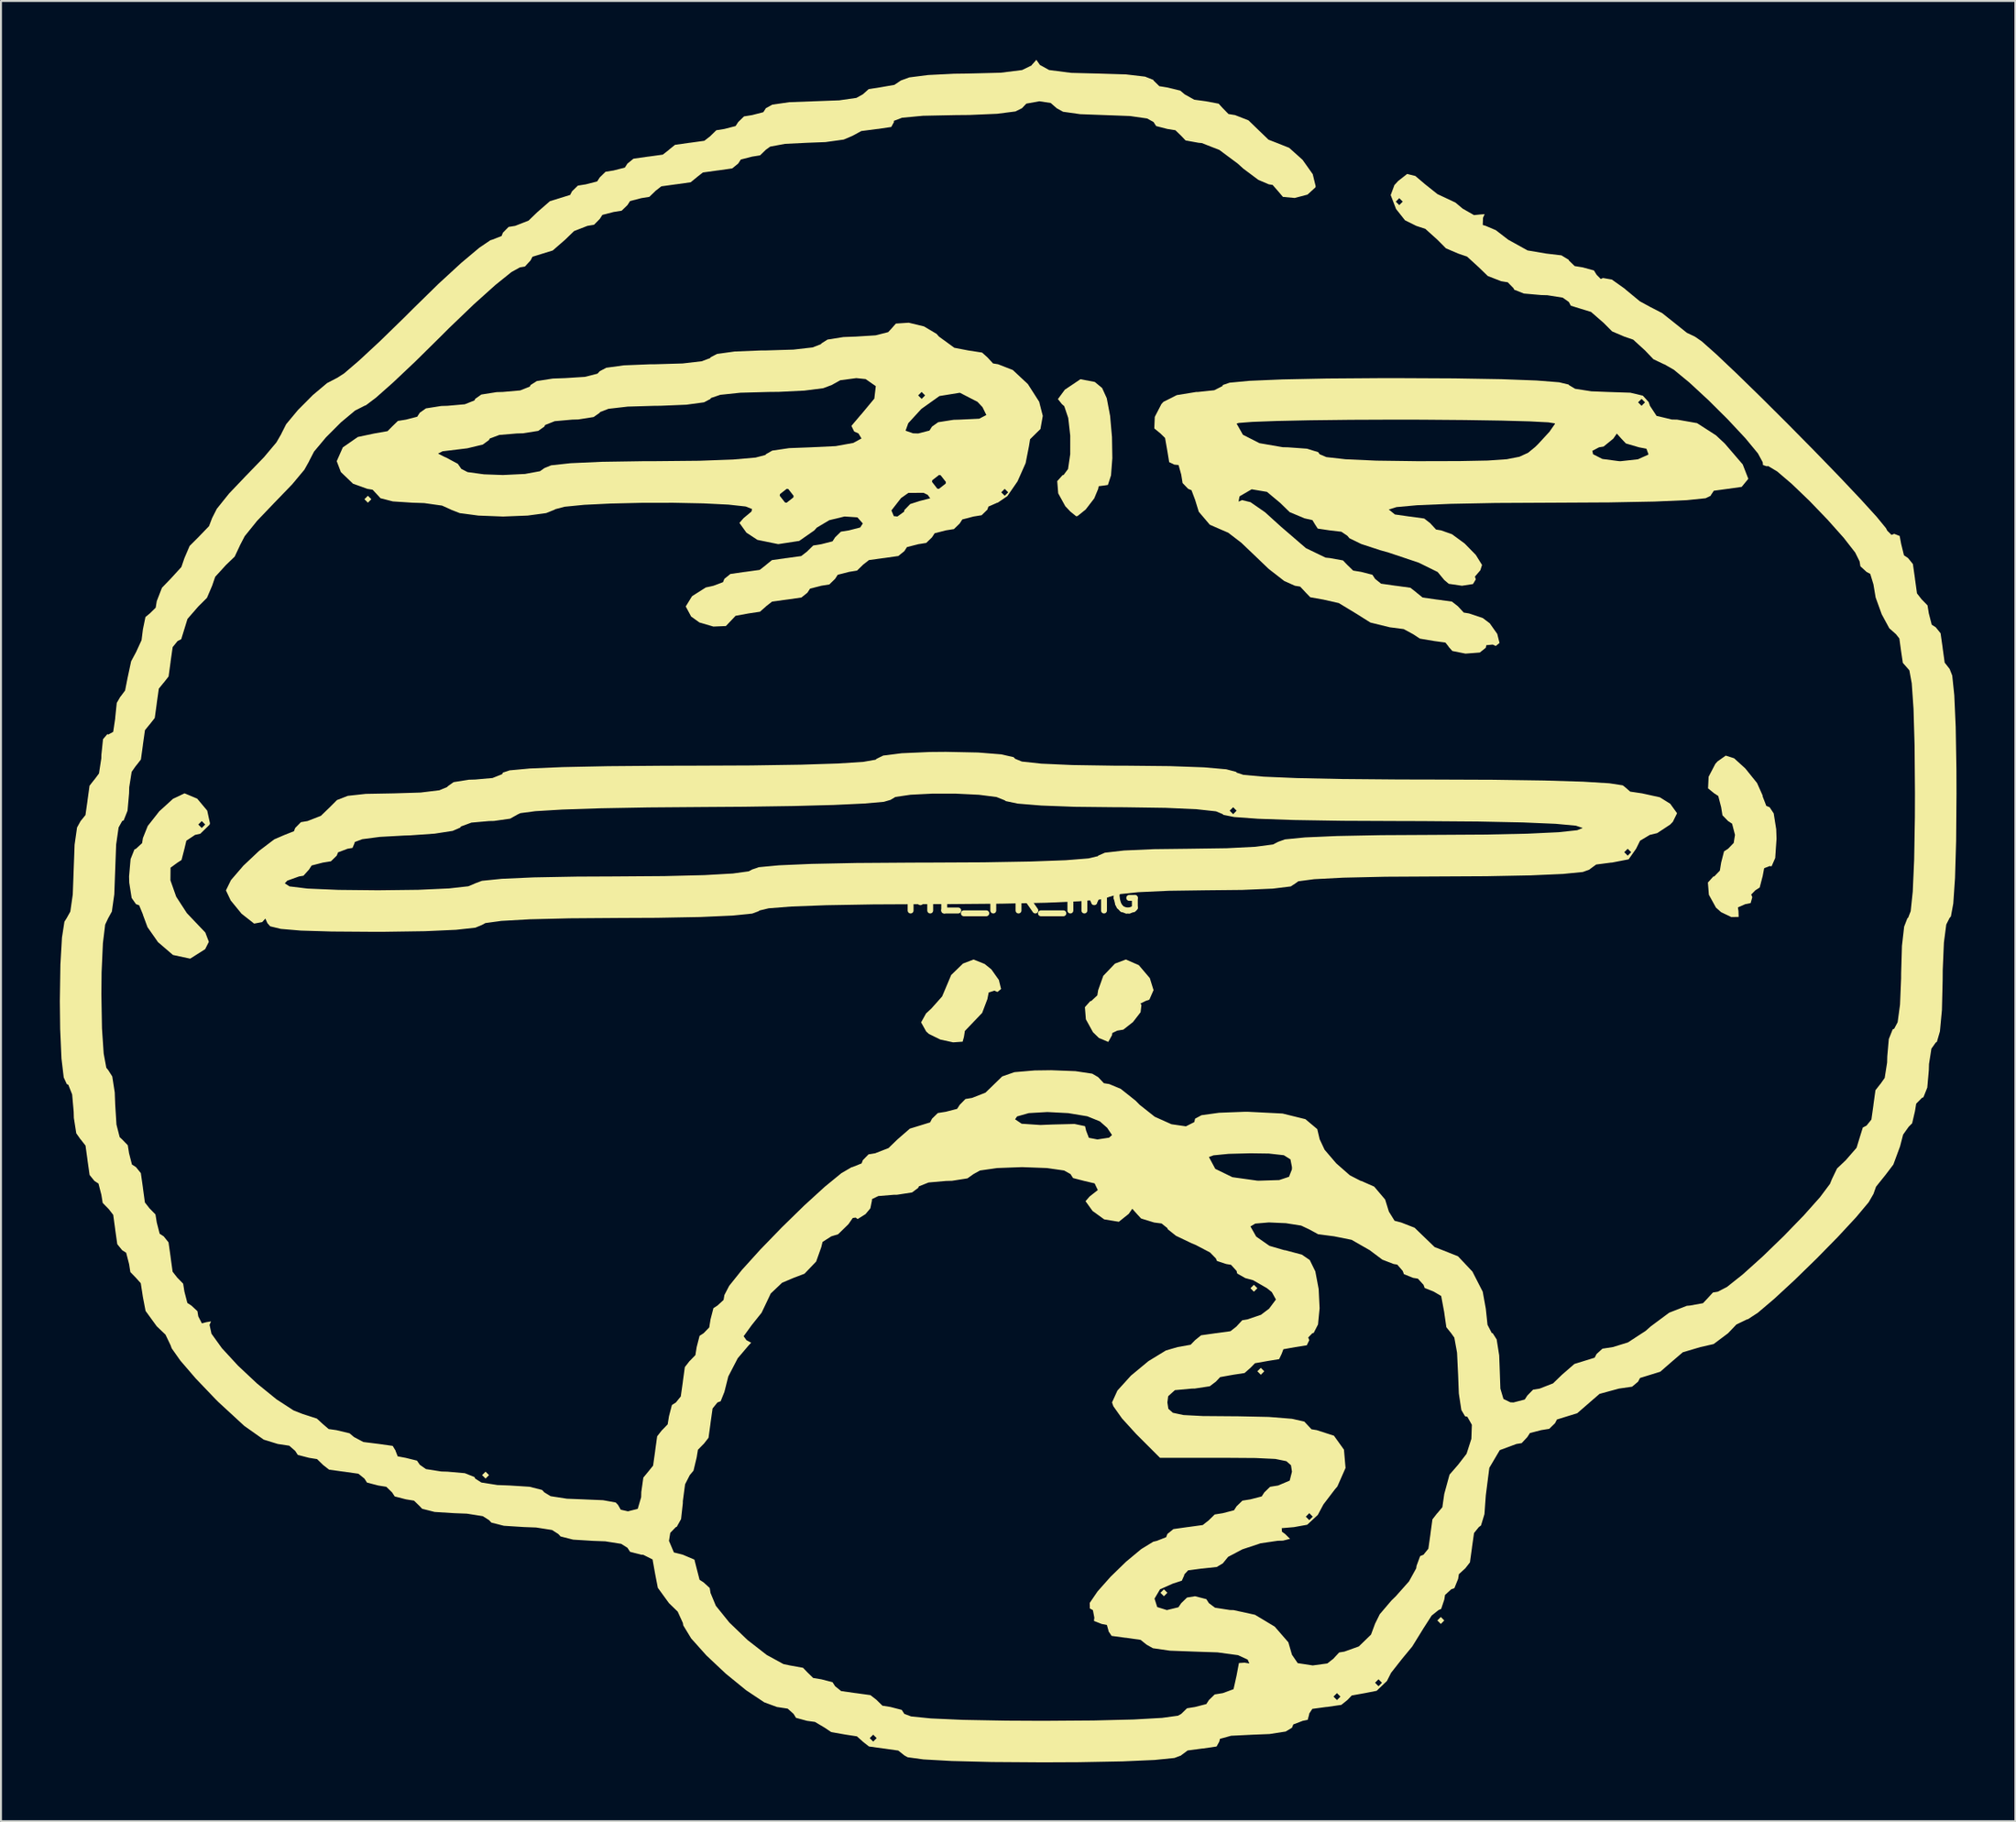
<source format=kicad_pcb>
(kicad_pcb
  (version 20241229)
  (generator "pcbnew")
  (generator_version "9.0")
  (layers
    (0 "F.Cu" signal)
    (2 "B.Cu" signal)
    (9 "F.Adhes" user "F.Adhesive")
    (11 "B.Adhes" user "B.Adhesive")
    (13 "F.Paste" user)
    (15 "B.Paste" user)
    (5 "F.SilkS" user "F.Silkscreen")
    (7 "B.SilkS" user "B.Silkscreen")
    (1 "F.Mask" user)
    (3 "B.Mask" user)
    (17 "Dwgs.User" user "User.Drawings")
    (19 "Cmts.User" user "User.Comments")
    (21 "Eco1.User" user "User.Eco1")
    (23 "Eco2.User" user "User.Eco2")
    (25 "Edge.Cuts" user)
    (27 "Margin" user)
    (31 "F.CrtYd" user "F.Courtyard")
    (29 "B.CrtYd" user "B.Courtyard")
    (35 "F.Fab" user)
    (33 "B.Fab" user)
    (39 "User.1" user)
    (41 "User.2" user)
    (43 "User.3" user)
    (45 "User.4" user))
  (footprint "ME_FR_IMG"
    (layer "F.Cu")
    (at 49.036 42.681)
    (property "Reference" "ME_FR_IMG" (at 0 0 0) (layer "F.SilkS") (effects (font (size 1.5 1.5) (thickness 0.3))))
    (attr board_only exclude_from_pos_files exclude_from_bom)
    (fp_poly (pts (xy -33.161 -20.285) (xy -33.337 -20.108) (xy -33.514 -20.285) (xy -33.337 -20.461)) (stroke (width 0) (type solid)) (fill yes) (layer "F.SilkS"))
    (fp_poly (pts (xy -27.164 29.457) (xy -27.34 29.633) (xy -27.517 29.457) (xy -27.34 29.281)) (stroke (width 0) (type solid)) (fill yes) (layer "F.SilkS"))
    (fp_poly (pts (xy 7.408 35.454) (xy 7.232 35.631) (xy 7.056 35.454) (xy 7.232 35.278)) (stroke (width 0) (type solid)) (fill yes) (layer "F.SilkS"))
    (fp_poly (pts (xy 11.994 19.932) (xy 11.818 20.108) (xy 11.642 19.932) (xy 11.818 19.756)) (stroke (width 0) (type solid)) (fill yes) (layer "F.SilkS"))
    (fp_poly (pts (xy 12.347 24.165) (xy 12.171 24.342) (xy 11.994 24.165) (xy 12.171 23.989)) (stroke (width 0) (type solid)) (fill yes) (layer "F.SilkS"))
    (fp_poly (pts (xy 21.519 36.865) (xy 21.343 37.042) (xy 21.167 36.865) (xy 21.343 36.689)) (stroke (width 0) (type solid)) (fill yes) (layer "F.SilkS"))
    (fp_poly (pts (xy -1.905 3.403) (xy -1.562 3.679) (xy -1.18 4.219) (xy -1.066 4.679) (xy -1.253 4.832) (xy -1.411 4.763) (xy -1.699 4.859) (xy -1.764 5.193) (xy -2.031 5.897) (xy -2.451 6.336) (xy -2.912 6.818) (xy -2.959 7.12) (xy -3.026 7.364) (xy -3.509 7.398) (xy -4.163 7.256) (xy -4.742 6.973) (xy -4.883 6.847) (xy -5.143 6.38) (xy -4.891 5.925) (xy -4.618 5.672) (xy -4.071 5.057) (xy -3.881 4.608) (xy -3.61 3.965) (xy -3.009 3.383) (xy -2.469 3.175)) (stroke (width 0) (type solid)) (fill yes) (layer "F.SilkS"))
    (fp_poly (pts (xy 5.952 3.464) (xy 6.513 4.124) (xy 6.703 4.737) (xy 6.49 5.222) (xy 6.291 5.292) (xy 6.038 5.419) (xy 6.085 5.497) (xy 6.043 5.862) (xy 5.655 6.364) (xy 5.163 6.751) (xy 4.851 6.802) (xy 4.6 6.924) (xy 4.586 7.035) (xy 4.396 7.376) (xy 3.919 7.176) (xy 3.616 6.881) (xy 3.255 6.225) (xy 3.205 5.604) (xy 3.481 5.295) (xy 3.528 5.292) (xy 3.837 5.004) (xy 3.881 4.737) (xy 4.142 4.006) (xy 4.738 3.385) (xy 5.292 3.175)) (stroke (width 0) (type solid)) (fill yes) (layer "F.SilkS"))
    (fp_poly (pts (xy 3.708 -26.263) (xy 4.082 -25.954) (xy 4.319 -25.434) (xy 4.489 -24.537) (xy 4.585 -23.455) (xy 4.603 -22.38) (xy 4.536 -21.503) (xy 4.378 -21.014) (xy 4.233 -20.99) (xy 3.909 -20.948) (xy 3.881 -20.81) (xy 3.68 -20.327) (xy 3.245 -19.762) (xy 2.83 -19.427) (xy 2.759 -19.416) (xy 2.464 -19.655) (xy 2.205 -19.93) (xy 1.844 -20.586) (xy 1.794 -21.207) (xy 2.07 -21.516) (xy 2.117 -21.519) (xy 2.345 -21.825) (xy 2.457 -22.578) (xy 2.458 -23.528) (xy 2.355 -24.428) (xy 2.153 -25.028) (xy 2.032 -25.134) (xy 1.829 -25.389) (xy 2.183 -25.869) (xy 2.977 -26.402)) (stroke (width 0) (type solid)) (fill yes) (layer "F.SilkS"))
    (fp_poly (pts (xy -42.035 -5.022) (xy -41.525 -4.413) (xy -41.385 -3.765) (xy -41.406 -3.695) (xy -41.88 -3.232) (xy -42.146 -3.175) (xy -42.589 -2.88) (xy -42.686 -2.469) (xy -42.834 -1.896) (xy -43.039 -1.764) (xy -43.394 -1.506) (xy -43.4 -0.861) (xy -43.106 -0.025) (xy -42.564 0.81) (xy -42.293 1.096) (xy -41.622 1.8) (xy -41.442 2.273) (xy -41.63 2.649) (xy -42.393 3.132) (xy -43.271 2.945) (xy -44.034 2.29) (xy -44.569 1.526) (xy -44.802 0.896) (xy -44.803 0.879) (xy -44.994 0.412) (xy -45.156 0.353) (xy -45.376 0.04) (xy -45.499 -0.742) (xy -45.508 -1.058) (xy -45.43 -1.942) (xy -45.235 -2.433) (xy -45.156 -2.469) (xy -44.845 -2.756) (xy -44.803 -3.015) (xy -44.556 -3.631) (xy -44.498 -3.704) (xy -41.981 -3.704) (xy -41.804 -3.528) (xy -41.628 -3.704) (xy -41.804 -3.881) (xy -41.981 -3.704) (xy -44.498 -3.704) (xy -43.968 -4.379) (xy -43.269 -5.015) (xy -42.688 -5.291) (xy -42.677 -5.292)) (stroke (width 0) (type solid)) (fill yes) (layer "F.SilkS"))
    (fp_poly (pts (xy 36.293 -7.079) (xy 36.861 -6.563) (xy 37.46 -5.82) (xy 37.744 -5.184) (xy 37.747 -5.131) (xy 37.933 -4.652) (xy 38.1 -4.586) (xy 38.309 -4.271) (xy 38.436 -3.471) (xy 38.453 -2.978) (xy 38.386 -1.997) (xy 38.201 -1.576) (xy 38.1 -1.587) (xy 37.822 -1.479) (xy 37.747 -1.079) (xy 37.595 -0.495) (xy 37.374 -0.353) (xy 37.163 -0.137) (xy 37.218 0) (xy 37.134 0.299) (xy 36.865 0.353) (xy 36.484 0.519) (xy 36.513 0.706) (xy 36.523 1.005) (xy 36.148 1.012) (xy 35.629 0.765) (xy 35.366 0.531) (xy 35.005 -0.125) (xy 34.955 -0.746) (xy 35.231 -1.055) (xy 35.278 -1.058) (xy 35.564 -1.354) (xy 35.631 -1.764) (xy 35.778 -2.337) (xy 35.983 -2.469) (xy 36.27 -2.765) (xy 36.336 -3.175) (xy 36.188 -3.748) (xy 35.983 -3.881) (xy 35.697 -4.176) (xy 35.631 -4.586) (xy 35.483 -5.159) (xy 35.278 -5.292) (xy 34.963 -5.547) (xy 34.991 -6.138) (xy 35.334 -6.796) (xy 35.45 -6.925) (xy 35.864 -7.216)) (stroke (width 0) (type solid)) (fill yes) (layer "F.SilkS"))
    (fp_poly (pts (xy 22.029 -26.444) (xy 24.429 -26.404) (xy 26.22 -26.337) (xy 27.373 -26.246) (xy 27.856 -26.131) (xy 27.869 -26.106) (xy 28.189 -25.914) (xy 29.013 -25.786) (xy 29.843 -25.753) (xy 31.002 -25.715) (xy 31.64 -25.563) (xy 31.937 -25.238) (xy 32.001 -25.047) (xy 32.339 -24.533) (xy 33.113 -24.348) (xy 33.39 -24.342) (xy 34.402 -24.164) (xy 35.366 -23.543) (xy 35.819 -23.119) (xy 36.729 -22.06) (xy 37.015 -21.326) (xy 36.676 -20.914) (xy 35.963 -20.814) (xy 35.257 -20.718) (xy 35.094 -20.473) (xy 35.101 -20.461) (xy 34.837 -20.335) (xy 33.88 -20.237) (xy 32.243 -20.166) (xy 29.94 -20.123) (xy 27.008 -20.108) (xy 24.136 -20.094) (xy 21.836 -20.05) (xy 20.142 -19.98) (xy 19.085 -19.884) (xy 18.698 -19.763) (xy 18.697 -19.756) (xy 19.004 -19.508) (xy 19.742 -19.403) (xy 19.756 -19.403) (xy 20.499 -19.301) (xy 20.814 -19.054) (xy 20.814 -19.05) (xy 21.101 -18.74) (xy 21.359 -18.697) (xy 21.913 -18.501) (xy 22.558 -18.028) (xy 23.125 -17.449) (xy 23.444 -16.936) (xy 23.359 -16.665) (xy 23.082 -16.342) (xy 23.126 -16.198) (xy 22.982 -15.961) (xy 22.422 -15.875) (xy 21.749 -15.973) (xy 21.519 -16.168) (xy 21.182 -16.576) (xy 20.215 -17.052) (xy 18.688 -17.564) (xy 18.256 -17.686) (xy 17.29 -18.002) (xy 16.685 -18.297) (xy 16.581 -18.421) (xy 16.278 -18.627) (xy 15.678 -18.697) (xy 15.071 -18.788) (xy 14.948 -18.977) (xy 14.801 -19.22) (xy 14.398 -19.311) (xy 13.64 -19.628) (xy 13.167 -20.09) (xy 12.484 -20.66) (xy 11.704 -20.792) (xy 11.103 -20.443) (xy 11.079 -20.407) (xy 11.037 -20.164) (xy 11.216 -20.24) (xy 11.646 -20.134) (xy 12.386 -19.621) (xy 13.201 -18.883) (xy 14.468 -17.792) (xy 15.469 -17.309) (xy 15.689 -17.286) (xy 16.357 -17.166) (xy 16.581 -16.933) (xy 16.876 -16.647) (xy 17.286 -16.581) (xy 17.859 -16.433) (xy 17.992 -16.228) (xy 18.298 -15.98) (xy 19.037 -15.875) (xy 19.05 -15.875) (xy 19.793 -15.773) (xy 20.108 -15.527) (xy 20.108 -15.522) (xy 20.415 -15.275) (xy 21.154 -15.169) (xy 21.167 -15.169) (xy 21.91 -15.067) (xy 22.225 -14.821) (xy 22.225 -14.817) (xy 22.512 -14.508) (xy 22.779 -14.464) (xy 23.482 -14.229) (xy 23.838 -13.96) (xy 24.22 -13.419) (xy 24.334 -12.96) (xy 24.147 -12.806) (xy 23.989 -12.876) (xy 23.664 -12.845) (xy 23.636 -12.715) (xy 23.333 -12.471) (xy 22.603 -12.415) (xy 22.602 -12.415) (xy 21.929 -12.55) (xy 21.738 -12.767) (xy 21.741 -12.773) (xy 21.578 -12.98) (xy 21.032 -13.053) (xy 20.277 -13.18) (xy 19.932 -13.406) (xy 19.452 -13.666) (xy 18.743 -13.758) (xy 17.756 -13.999) (xy 17.015 -14.464) (xy 16.146 -14.991) (xy 15.361 -15.169) (xy 14.691 -15.288) (xy 14.464 -15.522) (xy 14.176 -15.831) (xy 13.907 -15.875) (xy 13.367 -16.115) (xy 12.572 -16.732) (xy 11.994 -17.286) (xy 11.176 -18.067) (xy 10.508 -18.579) (xy 10.233 -18.697) (xy 9.57 -18.986) (xy 9.008 -19.647) (xy 8.819 -20.26) (xy 8.637 -20.745) (xy 8.467 -20.814) (xy 8.183 -21.11) (xy 8.114 -21.54) (xy 7.978 -22.028) (xy 7.761 -22.049) (xy 7.5 -22.174) (xy 7.408 -22.733) (xy 7.29 -23.406) (xy 7.056 -23.636) (xy 6.742 -23.893) (xy 6.752 -24.14) (xy 10.936 -24.14) (xy 11.258 -23.571) (xy 12.101 -23.142) (xy 13.287 -22.937) (xy 13.557 -22.931) (xy 14.512 -22.862) (xy 15.091 -22.687) (xy 15.169 -22.578) (xy 15.511 -22.432) (xy 16.495 -22.322) (xy 18.059 -22.252) (xy 20.138 -22.225) (xy 20.301 -22.225) (xy 22.307 -22.23) (xy 23.733 -22.257) (xy 24.705 -22.324) (xy 25.348 -22.449) (xy 25.788 -22.651) (xy 25.912 -22.752) (xy 29.065 -22.752) (xy 29.104 -22.578) (xy 29.574 -22.338) (xy 30.426 -22.226) (xy 30.515 -22.225) (xy 31.387 -22.32) (xy 31.907 -22.552) (xy 31.926 -22.578) (xy 31.822 -22.859) (xy 31.447 -22.931) (xy 30.775 -23.128) (xy 30.545 -23.372) (xy 30.313 -23.631) (xy 30.133 -23.372) (xy 29.639 -22.97) (xy 29.407 -22.931) (xy 29.065 -22.752) (xy 25.912 -22.752) (xy 26.151 -22.947) (xy 26.298 -23.091) (xy 26.878 -23.721) (xy 27.159 -24.124) (xy 27.164 -24.149) (xy 26.828 -24.204) (xy 25.884 -24.253) (xy 24.432 -24.293) (xy 22.57 -24.322) (xy 20.396 -24.339) (xy 19.05 -24.342) (xy 16.742 -24.333) (xy 14.69 -24.31) (xy 12.991 -24.274) (xy 11.744 -24.228) (xy 11.049 -24.174) (xy 10.936 -24.14) (xy 6.752 -24.14) (xy 6.766 -24.483) (xy 7.103 -25.134) (xy 7.184 -25.224) (xy 31.397 -25.224) (xy 31.574 -25.047) (xy 31.75 -25.224) (xy 31.574 -25.4) (xy 31.397 -25.224) (xy 7.184 -25.224) (xy 7.207 -25.249) (xy 7.887 -25.591) (xy 8.87 -25.751) (xy 8.971 -25.753) (xy 9.797 -25.84) (xy 10.217 -26.054) (xy 10.231 -26.106) (xy 10.578 -26.225) (xy 11.601 -26.321) (xy 13.268 -26.392) (xy 15.551 -26.438) (xy 18.418 -26.458) (xy 19.05 -26.458)) (stroke (width 0) (type solid)) (fill yes) (layer "F.SilkS"))
    (fp_poly (pts (xy -2.242 -7.375) (xy -1.057 -7.281) (xy -0.428 -7.137) (xy -0.353 -7.056) (xy -0.01 -6.915) (xy 0.983 -6.807) (xy 2.57 -6.736) (xy 4.696 -6.704) (xy 5.292 -6.703) (xy 7.541 -6.681) (xy 9.265 -6.619) (xy 10.408 -6.52) (xy 10.915 -6.387) (xy 10.936 -6.35) (xy 11.284 -6.236) (xy 12.312 -6.143) (xy 13.994 -6.072) (xy 16.304 -6.024) (xy 19.216 -6) (xy 20.814 -5.997) (xy 24.005 -5.985) (xy 26.606 -5.948) (xy 28.591 -5.888) (xy 29.935 -5.806) (xy 30.611 -5.702) (xy 30.692 -5.644) (xy 30.994 -5.382) (xy 31.599 -5.292) (xy 32.506 -5.092) (xy 33.035 -4.763) (xy 33.384 -4.28) (xy 33.168 -3.842) (xy 33.035 -3.704) (xy 32.372 -3.266) (xy 31.993 -3.175) (xy 31.498 -2.879) (xy 31.295 -2.469) (xy 30.915 -1.93) (xy 30.06 -1.764) (xy 30.019 -1.764) (xy 29.262 -1.665) (xy 28.929 -1.424) (xy 28.928 -1.411) (xy 28.581 -1.285) (xy 27.567 -1.185) (xy 25.921 -1.113) (xy 23.681 -1.07) (xy 21.322 -1.058) (xy 18.522 -1.043) (xy 16.372 -0.995) (xy 14.887 -0.918) (xy 14.081 -0.811) (xy 13.935 -0.706) (xy 13.697 -0.549) (xy 12.782 -0.437) (xy 11.217 -0.371) (xy 9.39 -0.353) (xy 7.474 -0.327) (xy 5.934 -0.256) (xy 4.879 -0.147) (xy 4.416 -0.008) (xy 4.41 0) (xy 3.988 0.116) (xy 2.908 0.21) (xy 1.22 0.283) (xy -1.03 0.33) (xy -3.792 0.352) (xy -4.607 0.353) (xy -7.581 0.367) (xy -9.977 0.408) (xy -11.765 0.475) (xy -12.913 0.566) (xy -13.393 0.681) (xy -13.406 0.706) (xy -13.751 0.835) (xy -14.761 0.937) (xy -16.394 1.01) (xy -18.609 1.05) (xy -20.461 1.058) (xy -23.055 1.076) (xy -25.095 1.126) (xy -26.541 1.208) (xy -27.35 1.319) (xy -27.517 1.411) (xy -27.86 1.553) (xy -28.85 1.662) (xy -30.429 1.733) (xy -32.54 1.763) (xy -32.985 1.764) (xy -35.185 1.749) (xy -36.757 1.702) (xy -37.775 1.615) (xy -38.317 1.483) (xy -38.458 1.323) (xy -38.562 1.089) (xy -38.723 1.269) (xy -39.134 1.346) (xy -39.776 0.841) (xy -40.329 0.164) (xy -40.569 -0.342) (xy -40.569 -0.352) (xy -40.396 -0.706) (xy -37.571 -0.706) (xy -37.331 -0.551) (xy -36.412 -0.44) (xy -34.841 -0.373) (xy -32.829 -0.353) (xy -30.763 -0.377) (xy -29.204 -0.447) (xy -28.217 -0.557) (xy -27.869 -0.704) (xy -27.869 -0.706) (xy -27.524 -0.835) (xy -26.514 -0.937) (xy -24.881 -1.01) (xy -22.666 -1.05) (xy -20.814 -1.058) (xy -18.22 -1.076) (xy -16.18 -1.126) (xy -14.734 -1.208) (xy -13.925 -1.319) (xy -13.758 -1.411) (xy -13.411 -1.53) (xy -12.388 -1.626) (xy -10.721 -1.698) (xy -8.438 -1.744) (xy -5.571 -1.763) (xy -4.939 -1.764) (xy -1.96 -1.778) (xy 0.44 -1.819) (xy 2.231 -1.885) (xy 3.384 -1.977) (xy 3.867 -2.091) (xy 3.881 -2.117) (xy 4.221 -2.268) (xy 4.441 -2.293) (xy 30.692 -2.293) (xy 30.868 -2.117) (xy 31.044 -2.293) (xy 30.868 -2.469) (xy 30.692 -2.293) (xy 4.441 -2.293) (xy 5.193 -2.38) (xy 6.725 -2.449) (xy 8.467 -2.469) (xy 10.428 -2.496) (xy 11.894 -2.57) (xy 12.791 -2.688) (xy 13.053 -2.822) (xy 13.399 -2.947) (xy 14.415 -3.047) (xy 16.064 -3.119) (xy 18.31 -3.162) (xy 20.814 -3.175) (xy 23.567 -3.191) (xy 25.755 -3.237) (xy 27.343 -3.312) (xy 28.294 -3.414) (xy 28.575 -3.528) (xy 28.227 -3.645) (xy 27.203 -3.74) (xy 25.53 -3.811) (xy 23.238 -3.858) (xy 20.354 -3.879) (xy 19.403 -3.881) (xy 16.352 -3.894) (xy 13.884 -3.933) (xy 12.027 -3.998) (xy 10.81 -4.086) (xy 10.261 -4.197) (xy 10.231 -4.233) (xy 9.888 -4.376) (xy 9.577 -4.41) (xy 10.583 -4.41) (xy 10.76 -4.233) (xy 10.936 -4.41) (xy 10.76 -4.586) (xy 10.583 -4.41) (xy 9.577 -4.41) (xy 8.898 -4.484) (xy 7.32 -4.555) (xy 5.21 -4.585) (xy 4.783 -4.586) (xy 2.679 -4.608) (xy 0.981 -4.672) (xy -0.218 -4.77) (xy -0.829 -4.898) (xy -0.882 -4.939) (xy -1.303 -5.107) (xy -2.193 -5.22) (xy -3.353 -5.277) (xy -4.582 -5.278) (xy -5.682 -5.222) (xy -6.454 -5.109) (xy -6.703 -4.96) (xy -7.045 -4.861) (xy -8.027 -4.775) (xy -9.585 -4.702) (xy -11.654 -4.647) (xy -14.169 -4.611) (xy -16.14 -4.598) (xy -19.046 -4.576) (xy -21.496 -4.532) (xy -23.436 -4.467) (xy -24.81 -4.384) (xy -25.563 -4.285) (xy -25.694 -4.224) (xy -26.087 -4.003) (xy -26.916 -3.886) (xy -27.164 -3.881) (xy -28.06 -3.802) (xy -28.59 -3.607) (xy -28.634 -3.547) (xy -29.017 -3.38) (xy -29.926 -3.24) (xy -31.18 -3.152) (xy -31.475 -3.143) (xy -32.729 -3.074) (xy -33.627 -2.956) (xy -34.013 -2.81) (xy -34.011 -2.771) (xy -34.121 -2.512) (xy -34.375 -2.469) (xy -34.858 -2.285) (xy -34.925 -2.117) (xy -35.22 -1.83) (xy -35.631 -1.764) (xy -36.204 -1.616) (xy -36.336 -1.411) (xy -36.62 -1.095) (xy -36.844 -1.058) (xy -37.445 -0.843) (xy -37.571 -0.706) (xy -40.396 -0.706) (xy -40.314 -0.872) (xy -39.684 -1.605) (xy -38.882 -2.361) (xy -38.11 -2.948) (xy -37.583 -3.175) (xy -37.106 -3.362) (xy -37.042 -3.528) (xy -36.75 -3.825) (xy -36.414 -3.881) (xy -35.732 -4.147) (xy -35.278 -4.586) (xy -34.913 -4.952) (xy -34.359 -5.166) (xy -33.442 -5.267) (xy -32.025 -5.292) (xy -30.655 -5.334) (xy -29.697 -5.449) (xy -29.286 -5.619) (xy -29.281 -5.644) (xy -28.968 -5.865) (xy -28.186 -5.988) (xy -27.869 -5.997) (xy -26.986 -6.075) (xy -26.494 -6.271) (xy -26.458 -6.35) (xy -26.11 -6.466) (xy -25.084 -6.56) (xy -23.407 -6.631) (xy -21.105 -6.678) (xy -18.207 -6.701) (xy -16.933 -6.703) (xy -13.812 -6.716) (xy -11.277 -6.754) (xy -9.355 -6.816) (xy -8.074 -6.901) (xy -7.461 -7.008) (xy -7.408 -7.056) (xy -7.073 -7.219) (xy -6.135 -7.338) (xy -4.695 -7.401) (xy -3.881 -7.408)) (stroke (width 0) (type solid)) (fill yes) (layer "F.SilkS"))
    (fp_poly (pts (xy -4.996 -29.094) (xy -4.354 -28.713) (xy -4.233 -28.575) (xy -3.45 -28.005) (xy -2.744 -27.869) (xy -2.036 -27.76) (xy -1.764 -27.517) (xy -1.477 -27.206) (xy -1.219 -27.164) (xy -0.469 -26.871) (xy 0.299 -26.153) (xy 0.875 -25.253) (xy 1.058 -24.534) (xy 0.94 -23.863) (xy 0.706 -23.636) (xy 0.411 -23.343) (xy 0.353 -22.985) (xy 0.184 -22.125) (xy -0.229 -21.195) (xy -0.749 -20.441) (xy -1.237 -20.109) (xy -1.261 -20.108) (xy -1.713 -19.909) (xy -1.764 -19.756) (xy -2.059 -19.469) (xy -2.469 -19.403) (xy -3.043 -19.255) (xy -3.175 -19.05) (xy -3.47 -18.763) (xy -3.881 -18.697) (xy -4.454 -18.549) (xy -4.586 -18.344) (xy -4.882 -18.058) (xy -5.292 -17.992) (xy -5.865 -17.844) (xy -5.997 -17.639) (xy -6.304 -17.391) (xy -7.042 -17.286) (xy -7.056 -17.286) (xy -7.799 -17.184) (xy -8.114 -16.938) (xy -8.114 -16.933) (xy -8.409 -16.647) (xy -8.819 -16.581) (xy -9.393 -16.433) (xy -9.525 -16.228) (xy -9.82 -15.941) (xy -10.231 -15.875) (xy -10.804 -15.727) (xy -10.936 -15.522) (xy -11.243 -15.275) (xy -11.981 -15.169) (xy -11.994 -15.169) (xy -12.738 -15.067) (xy -13.053 -14.821) (xy -13.053 -14.817) (xy -13.355 -14.551) (xy -13.935 -14.464) (xy -14.598 -14.343) (xy -14.817 -14.111) (xy -15.091 -13.822) (xy -15.727 -13.795) (xy -16.439 -14.002) (xy -16.864 -14.307) (xy -17.138 -14.819) (xy -16.828 -15.325) (xy -16.802 -15.352) (xy -16.117 -15.787) (xy -15.724 -15.875) (xy -15.238 -16.058) (xy -15.169 -16.228) (xy -14.863 -16.475) (xy -14.124 -16.581) (xy -14.111 -16.581) (xy -13.368 -16.683) (xy -13.053 -16.929) (xy -13.053 -16.933) (xy -12.746 -17.181) (xy -12.008 -17.286) (xy -11.994 -17.286) (xy -11.251 -17.388) (xy -10.936 -17.634) (xy -10.936 -17.639) (xy -10.641 -17.926) (xy -10.231 -17.992) (xy -9.657 -18.139) (xy -9.525 -18.344) (xy -9.23 -18.631) (xy -8.819 -18.697) (xy -8.246 -18.845) (xy -8.114 -19.05) (xy -8.389 -19.361) (xy -9.044 -19.404) (xy -9.821 -19.217) (xy -10.462 -18.835) (xy -10.583 -18.697) (xy -11.354 -18.16) (xy -12.424 -17.996) (xy -13.487 -18.214) (xy -14.045 -18.581) (xy -14.402 -19.077) (xy -14.196 -19.316) (xy -13.788 -19.657) (xy -13.775 -19.714) (xy -6.656 -19.714) (xy -6.534 -19.423) (xy -6.35 -19.403) (xy -6.007 -19.653) (xy -5.997 -19.731) (xy -5.698 -20.04) (xy -5.203 -20.198) (xy -4.679 -20.333) (xy -4.808 -20.509) (xy -5.018 -20.61) (xy -5.79 -20.608) (xy -6.165 -20.344) (xy -6.656 -19.714) (xy -13.775 -19.714) (xy -13.758 -19.785) (xy -14.085 -19.915) (xy -14.965 -20.011) (xy -16.244 -20.074) (xy -17.772 -20.104) (xy -19.395 -20.101) (xy -20.961 -20.066) (xy -22.318 -20) (xy -23.314 -19.902) (xy -23.796 -19.774) (xy -23.812 -19.756) (xy -24.251 -19.579) (xy -25.192 -19.452) (xy -26.434 -19.403) (xy -26.458 -19.403) (xy -27.704 -19.451) (xy -28.653 -19.576) (xy -29.102 -19.752) (xy -29.104 -19.756) (xy -29.556 -19.96) (xy -30.464 -20.088) (xy -31.065 -20.108) (xy -32.065 -20.173) (xy -32.695 -20.336) (xy -32.808 -20.461) (xy -12.347 -20.461) (xy -12.079 -20.119) (xy -11.994 -20.108) (xy -11.652 -20.377) (xy -11.642 -20.461) (xy -11.78 -20.637) (xy -1.058 -20.637) (xy -0.882 -20.461) (xy -0.706 -20.637) (xy -0.882 -20.814) (xy -1.058 -20.637) (xy -11.78 -20.637) (xy -11.91 -20.804) (xy -11.994 -20.814) (xy -12.337 -20.545) (xy -12.347 -20.461) (xy -32.808 -20.461) (xy -33.096 -20.77) (xy -33.363 -20.814) (xy -34.094 -21.075) (xy -34.189 -21.167) (xy -4.586 -21.167) (xy -4.318 -20.824) (xy -4.233 -20.814) (xy -3.891 -21.082) (xy -3.881 -21.167) (xy -4.149 -21.509) (xy -4.233 -21.519) (xy -4.576 -21.251) (xy -4.586 -21.167) (xy -34.189 -21.167) (xy -34.715 -21.671) (xy -34.925 -22.225) (xy -34.754 -22.612) (xy -29.761 -22.612) (xy -29.427 -22.44) (xy -29.369 -22.419) (xy -28.755 -22.091) (xy -28.575 -21.831) (xy -28.255 -21.667) (xy -27.422 -21.554) (xy -26.458 -21.519) (xy -25.331 -21.573) (xy -24.566 -21.713) (xy -24.342 -21.872) (xy -23.998 -22.013) (xy -23.006 -22.121) (xy -21.419 -22.192) (xy -19.293 -22.224) (xy -18.697 -22.225) (xy -16.448 -22.246) (xy -14.724 -22.309) (xy -13.581 -22.408) (xy -13.074 -22.541) (xy -13.053 -22.578) (xy -12.729 -22.763) (xy -11.873 -22.889) (xy -10.781 -22.931) (xy -9.498 -22.992) (xy -8.6 -23.154) (xy -8.181 -23.382) (xy -8.337 -23.641) (xy -8.553 -23.735) (xy -8.574 -23.778) (xy -5.935 -23.778) (xy -5.555 -23.644) (xy -5.292 -23.636) (xy -4.718 -23.784) (xy -4.586 -23.989) (xy -4.273 -24.21) (xy -3.491 -24.333) (xy -3.175 -24.342) (xy -2.181 -24.389) (xy -1.818 -24.577) (xy -2.014 -24.979) (xy -2.268 -25.249) (xy -3.168 -25.712) (xy -4.209 -25.544) (xy -5.131 -24.887) (xy -5.798 -24.159) (xy -5.935 -23.778) (xy -8.574 -23.778) (xy -8.695 -24.024) (xy -8.214 -24.59) (xy -8.202 -24.6) (xy -7.526 -25.415) (xy -7.507 -25.576) (xy -5.292 -25.576) (xy -5.115 -25.4) (xy -4.939 -25.576) (xy -5.115 -25.753) (xy -5.292 -25.576) (xy -7.507 -25.576) (xy -7.452 -26.048) (xy -7.971 -26.409) (xy -8.446 -26.458) (xy -9.261 -26.35) (xy -9.701 -26.106) (xy -10.132 -25.944) (xy -11.089 -25.822) (xy -12.393 -25.758) (xy -12.897 -25.753) (xy -14.35 -25.714) (xy -15.378 -25.606) (xy -15.856 -25.444) (xy -15.875 -25.4) (xy -16.205 -25.225) (xy -17.106 -25.103) (xy -18.445 -25.048) (xy -18.697 -25.047) (xy -20.095 -25.006) (xy -21.077 -24.893) (xy -21.51 -24.726) (xy -21.519 -24.694) (xy -21.832 -24.474) (xy -22.614 -24.351) (xy -22.931 -24.342) (xy -23.814 -24.263) (xy -24.306 -24.068) (xy -24.342 -23.989) (xy -24.655 -23.768) (xy -25.436 -23.645) (xy -25.753 -23.636) (xy -26.636 -23.562) (xy -27.128 -23.378) (xy -27.164 -23.304) (xy -27.478 -23.072) (xy -28.269 -22.881) (xy -28.663 -22.833) (xy -29.529 -22.729) (xy -29.761 -22.612) (xy -34.754 -22.612) (xy -34.614 -22.928) (xy -33.85 -23.458) (xy -33.01 -23.636) (xy -32.335 -23.754) (xy -32.103 -23.989) (xy -31.807 -24.276) (xy -31.397 -24.342) (xy -30.824 -24.489) (xy -30.692 -24.694) (xy -30.379 -24.915) (xy -29.597 -25.038) (xy -29.281 -25.047) (xy -28.397 -25.125) (xy -27.905 -25.321) (xy -27.869 -25.4) (xy -27.556 -25.621) (xy -26.775 -25.744) (xy -26.458 -25.753) (xy -25.575 -25.831) (xy -25.083 -26.026) (xy -25.047 -26.106) (xy -24.73 -26.307) (xy -23.919 -26.435) (xy -23.283 -26.458) (xy -22.277 -26.522) (xy -21.638 -26.684) (xy -21.519 -26.811) (xy -21.189 -26.986) (xy -20.288 -27.109) (xy -18.95 -27.163) (xy -18.697 -27.164) (xy -17.3 -27.205) (xy -16.317 -27.318) (xy -15.884 -27.485) (xy -15.875 -27.517) (xy -15.545 -27.691) (xy -14.644 -27.814) (xy -13.305 -27.868) (xy -13.053 -27.869) (xy -11.655 -27.911) (xy -10.673 -28.023) (xy -10.24 -28.191) (xy -10.231 -28.222) (xy -9.913 -28.423) (xy -9.102 -28.551) (xy -8.467 -28.575) (xy -7.46 -28.638) (xy -6.822 -28.801) (xy -6.703 -28.928) (xy -6.427 -29.239) (xy -5.773 -29.282)) (stroke (width 0) (type solid)) (fill yes) (layer "F.SilkS"))
    (fp_poly (pts (xy 0.911 -42.422) (xy 1.379 -42.162) (xy 2.5 -42.017) (xy 3.91 -41.981) (xy 5.297 -41.939) (xy 6.27 -41.825) (xy 6.695 -41.657) (xy 6.703 -41.628) (xy 6.997 -41.338) (xy 7.388 -41.275) (xy 8.063 -41.113) (xy 8.29 -40.922) (xy 8.777 -40.649) (xy 9.369 -40.569) (xy 10.022 -40.446) (xy 10.231 -40.217) (xy 10.522 -39.919) (xy 10.858 -39.864) (xy 11.54 -39.598) (xy 11.994 -39.158) (xy 12.562 -38.611) (xy 12.97 -38.453) (xy 13.614 -38.197) (xy 14.298 -37.585) (xy 14.817 -36.852) (xy 14.967 -36.232) (xy 14.952 -36.179) (xy 14.55 -35.812) (xy 13.897 -35.64) (xy 13.297 -35.695) (xy 13.053 -35.983) (xy 12.771 -36.305) (xy 12.576 -36.336) (xy 12.042 -36.564) (xy 11.277 -37.136) (xy 10.992 -37.394) (xy 10.057 -38.089) (xy 9.162 -38.439) (xy 8.999 -38.453) (xy 8.335 -38.573) (xy 8.114 -38.806) (xy 7.818 -39.092) (xy 7.408 -39.158) (xy 6.835 -39.306) (xy 6.703 -39.511) (xy 6.376 -39.692) (xy 5.502 -39.817) (xy 4.236 -39.864) (xy 4.233 -39.864) (xy 2.967 -39.911) (xy 2.091 -40.035) (xy 1.764 -40.216) (xy 1.764 -40.217) (xy 1.462 -40.482) (xy 0.882 -40.569) (xy 0.219 -40.449) (xy 0 -40.217) (xy -0.334 -40.051) (xy -1.266 -39.931) (xy -2.687 -39.87) (xy -3.372 -39.864) (xy -5.046 -39.83) (xy -6.114 -39.73) (xy -6.533 -39.57) (xy -6.526 -39.511) (xy -6.663 -39.26) (xy -7.345 -39.158) (xy -7.367 -39.158) (xy -8.189 -39.052) (xy -8.643 -38.806) (xy -9.087 -38.617) (xy -10.015 -38.489) (xy -10.957 -38.453) (xy -12.076 -38.399) (xy -12.834 -38.258) (xy -13.053 -38.1) (xy -13.348 -37.813) (xy -13.758 -37.747) (xy -14.332 -37.599) (xy -14.464 -37.394) (xy -14.77 -37.147) (xy -15.509 -37.042) (xy -15.522 -37.042) (xy -16.265 -36.939) (xy -16.58 -36.693) (xy -16.581 -36.689) (xy -16.887 -36.441) (xy -17.626 -36.336) (xy -17.639 -36.336) (xy -18.382 -36.234) (xy -18.697 -35.988) (xy -18.697 -35.983) (xy -18.993 -35.697) (xy -19.403 -35.631) (xy -19.976 -35.483) (xy -20.108 -35.278) (xy -20.404 -34.991) (xy -20.814 -34.925) (xy -21.387 -34.777) (xy -21.519 -34.572) (xy -21.811 -34.275) (xy -22.147 -34.219) (xy -22.829 -33.953) (xy -23.283 -33.514) (xy -23.917 -32.963) (xy -24.42 -32.808) (xy -24.949 -32.644) (xy -25.047 -32.456) (xy -25.334 -32.145) (xy -25.589 -32.103) (xy -26.022 -31.863) (xy -26.838 -31.206) (xy -27.933 -30.223) (xy -29.202 -29.006) (xy -29.633 -28.575) (xy -30.921 -27.304) (xy -32.051 -26.236) (xy -32.923 -25.463) (xy -33.438 -25.075) (xy -33.513 -25.047) (xy -33.994 -24.802) (xy -34.714 -24.2) (xy -35.475 -23.437) (xy -36.082 -22.712) (xy -36.336 -22.221) (xy -36.336 -22.214) (xy -36.573 -21.79) (xy -37.195 -21.045) (xy -38.069 -20.139) (xy -38.1 -20.108) (xy -38.982 -19.185) (xy -39.615 -18.401) (xy -39.864 -17.922) (xy -39.864 -17.916) (xy -40.125 -17.36) (xy -40.569 -16.933) (xy -41.118 -16.332) (xy -41.275 -15.875) (xy -41.539 -15.257) (xy -41.981 -14.817) (xy -42.532 -14.183) (xy -42.686 -13.68) (xy -42.85 -13.151) (xy -43.039 -13.053) (xy -43.287 -12.746) (xy -43.392 -12.008) (xy -43.392 -11.994) (xy -43.494 -11.251) (xy -43.74 -10.936) (xy -43.744 -10.936) (xy -43.992 -10.63) (xy -44.097 -9.891) (xy -44.097 -9.878) (xy -44.199 -9.135) (xy -44.446 -8.82) (xy -44.45 -8.819) (xy -44.698 -8.513) (xy -44.803 -7.774) (xy -44.803 -7.761) (xy -44.905 -7.018) (xy -45.151 -6.703) (xy -45.156 -6.703) (xy -45.376 -6.39) (xy -45.499 -5.608) (xy -45.508 -5.292) (xy -45.587 -4.408) (xy -45.782 -3.917) (xy -45.861 -3.881) (xy -46.042 -3.554) (xy -46.167 -2.68) (xy -46.214 -1.414) (xy -46.214 -1.411) (xy -46.261 -0.144) (xy -46.385 0.731) (xy -46.566 1.058) (xy -46.567 1.058) (xy -46.726 1.396) (xy -46.842 2.348) (xy -46.908 3.824) (xy -46.919 4.939) (xy -46.889 6.69) (xy -46.802 7.971) (xy -46.668 8.693) (xy -46.567 8.819) (xy -46.365 9.137) (xy -46.238 9.948) (xy -46.214 10.583) (xy -46.15 11.59) (xy -45.988 12.228) (xy -45.861 12.347) (xy -45.574 12.643) (xy -45.508 13.053) (xy -45.361 13.626) (xy -45.156 13.758) (xy -44.908 14.065) (xy -44.803 14.803) (xy -44.803 14.817) (xy -44.701 15.56) (xy -44.454 15.875) (xy -44.45 15.875) (xy -44.163 16.17) (xy -44.097 16.581) (xy -43.949 17.154) (xy -43.744 17.286) (xy -43.497 17.593) (xy -43.392 18.331) (xy -43.392 18.344) (xy -43.289 19.088) (xy -43.043 19.403) (xy -43.039 19.403) (xy -42.752 19.698) (xy -42.686 20.108) (xy -42.538 20.682) (xy -42.333 20.814) (xy -42.024 21.101) (xy -41.981 21.364) (xy -41.797 21.722) (xy -41.573 21.662) (xy -41.331 21.621) (xy -41.407 21.8) (xy -41.308 22.249) (xy -40.779 22.985) (xy -39.958 23.876) (xy -38.984 24.79) (xy -37.993 25.595) (xy -37.125 26.159) (xy -36.668 26.339) (xy -35.936 26.576) (xy -35.631 26.855) (xy -35.631 26.855) (xy -35.336 27.109) (xy -34.946 27.164) (xy -34.27 27.326) (xy -34.043 27.517) (xy -33.567 27.769) (xy -32.767 27.869) (xy -32.073 27.967) (xy -31.922 28.215) (xy -31.926 28.222) (xy -31.818 28.5) (xy -31.418 28.575) (xy -30.834 28.719) (xy -30.692 28.928) (xy -30.379 29.149) (xy -29.597 29.272) (xy -29.281 29.281) (xy -28.397 29.359) (xy -27.905 29.554) (xy -27.869 29.633) (xy -27.552 29.835) (xy -26.741 29.962) (xy -26.106 29.986) (xy -25.099 30.05) (xy -24.461 30.212) (xy -24.342 30.339) (xy -24.023 30.531) (xy -23.198 30.659) (xy -22.381 30.692) (xy -21.348 30.736) (xy -20.707 30.852) (xy -20.592 30.971) (xy -20.45 31.219) (xy -20.084 31.302) (xy -19.585 31.177) (xy -19.41 30.582) (xy -19.403 30.317) (xy -19.299 29.583) (xy -19.05 29.281) (xy -18.802 28.974) (xy -18.697 28.235) (xy -18.697 28.222) (xy -18.595 27.479) (xy -18.349 27.164) (xy -18.344 27.164) (xy -18.058 26.868) (xy -17.992 26.458) (xy -17.844 25.885) (xy -17.639 25.753) (xy -17.391 25.446) (xy -17.286 24.708) (xy -17.286 24.694) (xy -17.184 23.951) (xy -16.938 23.636) (xy -16.933 23.636) (xy -16.647 23.341) (xy -16.581 22.931) (xy -16.433 22.357) (xy -16.228 22.225) (xy -15.941 21.93) (xy -15.875 21.519) (xy -15.727 20.946) (xy -15.522 20.814) (xy -15.21 20.528) (xy -15.169 20.28) (xy -14.925 19.81) (xy -14.274 18.996) (xy -13.338 17.962) (xy -12.24 16.829) (xy -11.104 15.719) (xy -10.05 14.757) (xy -9.203 14.064) (xy -8.684 13.762) (xy -8.648 13.758) (xy -8.175 13.569) (xy -8.114 13.406) (xy -7.956 13.244) (xy 9.525 13.244) (xy 9.849 13.846) (xy 10.722 14.271) (xy 11.995 14.449) (xy 12.083 14.45) (xy 13.107 14.418) (xy 13.606 14.251) (xy 13.755 13.876) (xy 13.758 13.758) (xy 13.681 13.364) (xy 13.342 13.151) (xy 12.579 13.066) (xy 11.642 13.053) (xy 10.525 13.082) (xy 9.758 13.157) (xy 9.525 13.244) (xy -7.956 13.244) (xy -7.822 13.108) (xy -7.486 13.053) (xy -6.804 12.787) (xy -6.35 12.347) (xy -5.716 11.796) (xy -5.214 11.642) (xy -4.684 11.478) (xy -4.603 11.322) (xy -0.353 11.322) (xy -0.019 11.546) (xy 0.936 11.611) (xy 1.543 11.586) (xy 2.676 11.558) (xy 3.213 11.671) (xy 3.269 11.906) (xy 3.407 12.264) (xy 3.843 12.347) (xy 4.437 12.257) (xy 4.586 12.122) (xy 4.339 11.754) (xy 3.969 11.427) (xy 3.326 11.167) (xy 2.358 11.006) (xy 1.29 10.95) (xy 0.345 11.005) (xy -0.253 11.175) (xy -0.353 11.322) (xy -4.603 11.322) (xy -4.586 11.289) (xy -4.291 11.002) (xy -3.881 10.936) (xy -3.307 10.788) (xy -3.175 10.583) (xy -2.883 10.286) (xy -2.547 10.231) (xy -1.865 9.964) (xy -1.411 9.525) (xy -1.009 9.135) (xy -0.387 8.918) (xy 0.643 8.83) (xy 1.489 8.819) (xy 2.726 8.867) (xy 3.577 8.995) (xy 3.881 9.172) (xy 4.169 9.48) (xy 4.445 9.525) (xy 5.029 9.767) (xy 5.787 10.37) (xy 5.997 10.583) (xy 6.763 11.19) (xy 7.615 11.572) (xy 8.354 11.679) (xy 8.781 11.462) (xy 8.819 11.289) (xy 9.148 11.112) (xy 10.039 10.988) (xy 11.348 10.937) (xy 11.49 10.936) (xy 13.278 11.027) (xy 14.443 11.314) (xy 15.047 11.821) (xy 15.169 12.338) (xy 15.421 12.873) (xy 16.014 13.566) (xy 16.709 14.176) (xy 17.265 14.462) (xy 17.295 14.464) (xy 17.948 14.752) (xy 18.506 15.41) (xy 18.697 16.026) (xy 18.986 16.492) (xy 19.325 16.581) (xy 20.007 16.847) (xy 20.461 17.286) (xy 21.028 17.833) (xy 21.437 17.992) (xy 22.218 18.302) (xy 22.954 19.082) (xy 23.479 20.108) (xy 23.636 20.974) (xy 23.724 21.797) (xy 23.939 22.213) (xy 23.989 22.225) (xy 24.19 22.542) (xy 24.318 23.354) (xy 24.342 23.989) (xy 24.379 25.047) (xy 24.536 25.575) (xy 24.884 25.745) (xy 25.047 25.753) (xy 25.62 25.605) (xy 25.753 25.4) (xy 26.045 25.102) (xy 26.38 25.047) (xy 27.063 24.781) (xy 27.517 24.342) (xy 28.151 23.791) (xy 28.653 23.636) (xy 29.182 23.472) (xy 29.281 23.283) (xy 29.581 23.012) (xy 30.11 22.931) (xy 30.878 22.694) (xy 31.783 22.105) (xy 32.047 21.872) (xy 32.982 21.178) (xy 33.877 20.828) (xy 34.04 20.814) (xy 34.704 20.694) (xy 34.925 20.461) (xy 35.211 20.149) (xy 35.46 20.108) (xy 35.928 19.866) (xy 36.731 19.227) (xy 37.739 18.32) (xy 38.819 17.275) (xy 39.84 16.221) (xy 40.67 15.29) (xy 41.179 14.609) (xy 41.275 14.371) (xy 41.536 13.829) (xy 41.981 13.406) (xy 42.532 12.772) (xy 42.686 12.269) (xy 42.85 11.74) (xy 43.039 11.642) (xy 43.287 11.335) (xy 43.392 10.597) (xy 43.392 10.583) (xy 43.494 9.84) (xy 43.74 9.525) (xy 43.744 9.525) (xy 43.965 9.212) (xy 44.088 8.43) (xy 44.097 8.114) (xy 44.175 7.23) (xy 44.371 6.739) (xy 44.45 6.703) (xy 44.625 6.373) (xy 44.747 5.472) (xy 44.802 4.133) (xy 44.803 3.881) (xy 44.844 2.483) (xy 44.957 1.501) (xy 45.124 1.068) (xy 45.156 1.058) (xy 45.29 0.714) (xy 45.395 -0.289) (xy 45.467 -1.902) (xy 45.504 -4.078) (xy 45.508 -5.292) (xy 45.489 -7.718) (xy 45.434 -9.604) (xy 45.344 -10.901) (xy 45.223 -11.563) (xy 45.156 -11.642) (xy 44.89 -11.944) (xy 44.803 -12.524) (xy 44.712 -13.188) (xy 44.538 -13.408) (xy 44.199 -13.708) (xy 43.813 -14.422) (xy 43.504 -15.276) (xy 43.392 -15.945) (xy 43.229 -16.479) (xy 43.039 -16.581) (xy 42.727 -16.867) (xy 42.686 -17.116) (xy 42.462 -17.567) (xy 41.876 -18.319) (xy 41.056 -19.24) (xy 40.133 -20.199) (xy 39.234 -21.062) (xy 38.489 -21.699) (xy 38.027 -21.976) (xy 37.956 -21.964) (xy 37.764 -22.026) (xy 37.747 -22.173) (xy 37.504 -22.621) (xy 36.868 -23.391) (xy 35.98 -24.342) (xy 34.982 -25.335) (xy 34.015 -26.229) (xy 33.22 -26.885) (xy 32.737 -27.162) (xy 32.716 -27.164) (xy 32.174 -27.425) (xy 31.75 -27.869) (xy 31.149 -28.418) (xy 30.692 -28.575) (xy 30.074 -28.839) (xy 29.633 -29.281) (xy 28.999 -29.832) (xy 28.497 -29.986) (xy 27.968 -30.15) (xy 27.869 -30.339) (xy 27.556 -30.56) (xy 26.775 -30.683) (xy 26.458 -30.692) (xy 25.575 -30.77) (xy 25.083 -30.965) (xy 25.047 -31.044) (xy 24.755 -31.342) (xy 24.42 -31.397) (xy 23.737 -31.663) (xy 23.283 -32.103) (xy 22.682 -32.652) (xy 22.225 -32.808) (xy 21.607 -33.072) (xy 21.167 -33.514) (xy 20.558 -34.063) (xy 20.09 -34.219) (xy 19.518 -34.503) (xy 19.062 -35.079) (xy 18.917 -35.454) (xy 19.05 -35.454) (xy 19.226 -35.278) (xy 19.403 -35.454) (xy 19.226 -35.631) (xy 19.05 -35.454) (xy 18.917 -35.454) (xy 18.789 -35.787) (xy 18.978 -36.297) (xy 19.173 -36.509) (xy 19.628 -36.864) (xy 20.047 -36.76) (xy 20.522 -36.355) (xy 21.172 -35.837) (xy 21.611 -35.631) (xy 22.089 -35.406) (xy 22.455 -35.098) (xy 23.036 -34.766) (xy 23.366 -34.8) (xy 23.577 -34.813) (xy 23.493 -34.627) (xy 23.481 -34.264) (xy 23.63 -34.219) (xy 24.149 -33.998) (xy 24.776 -33.514) (xy 25.764 -32.967) (xy 26.701 -32.808) (xy 27.491 -32.715) (xy 27.865 -32.487) (xy 27.869 -32.456) (xy 28.165 -32.169) (xy 28.575 -32.103) (xy 29.148 -31.946) (xy 29.281 -31.729) (xy 29.493 -31.512) (xy 29.611 -31.56) (xy 30.062 -31.481) (xy 30.716 -31.016) (xy 30.773 -30.963) (xy 31.485 -30.375) (xy 32.045 -30.069) (xy 32.054 -30.067) (xy 32.626 -29.77) (xy 33.251 -29.273) (xy 33.884 -28.767) (xy 34.289 -28.575) (xy 34.639 -28.335) (xy 35.38 -27.677) (xy 36.416 -26.696) (xy 37.654 -25.489) (xy 38.999 -24.15) (xy 40.357 -22.774) (xy 41.634 -21.457) (xy 42.734 -20.293) (xy 43.565 -19.379) (xy 44.031 -18.809) (xy 44.097 -18.68) (xy 44.313 -18.466) (xy 44.45 -18.521) (xy 44.728 -18.413) (xy 44.803 -18.012) (xy 44.947 -17.428) (xy 45.156 -17.286) (xy 45.403 -16.98) (xy 45.508 -16.241) (xy 45.508 -16.228) (xy 45.611 -15.485) (xy 45.857 -15.17) (xy 45.861 -15.169) (xy 46.148 -14.874) (xy 46.214 -14.464) (xy 46.362 -13.891) (xy 46.567 -13.758) (xy 46.814 -13.452) (xy 46.919 -12.713) (xy 46.919 -12.7) (xy 47.022 -11.957) (xy 47.268 -11.642) (xy 47.272 -11.642) (xy 47.407 -11.297) (xy 47.512 -10.295) (xy 47.584 -8.682) (xy 47.621 -6.506) (xy 47.625 -5.292) (xy 47.606 -2.865) (xy 47.55 -0.98) (xy 47.461 0.318) (xy 47.34 0.98) (xy 47.272 1.058) (xy 47.103 1.391) (xy 46.983 2.313) (xy 46.923 3.708) (xy 46.919 4.233) (xy 46.882 5.755) (xy 46.78 6.84) (xy 46.625 7.373) (xy 46.567 7.408) (xy 46.346 7.721) (xy 46.223 8.503) (xy 46.214 8.819) (xy 46.136 9.703) (xy 45.94 10.195) (xy 45.861 10.231) (xy 45.57 10.525) (xy 45.508 10.907) (xy 45.364 11.524) (xy 45.189 11.7) (xy 44.904 12.101) (xy 44.748 12.7) (xy 44.407 13.627) (xy 44.009 14.152) (xy 43.524 14.756) (xy 43.392 15.128) (xy 43.149 15.548) (xy 42.504 16.318) (xy 41.577 17.317) (xy 40.491 18.424) (xy 39.368 19.518) (xy 38.33 20.477) (xy 37.499 21.182) (xy 36.997 21.51) (xy 36.948 21.519) (xy 36.407 21.78) (xy 35.983 22.225) (xy 35.248 22.776) (xy 34.572 22.931) (xy 33.677 23.195) (xy 33.161 23.636) (xy 32.527 24.187) (xy 32.025 24.342) (xy 31.495 24.506) (xy 31.397 24.694) (xy 31.093 24.949) (xy 30.417 25.047) (xy 29.432 25.316) (xy 28.928 25.753) (xy 28.294 26.304) (xy 27.792 26.458) (xy 27.262 26.622) (xy 27.164 26.811) (xy 26.868 27.098) (xy 26.458 27.164) (xy 25.885 27.312) (xy 25.753 27.517) (xy 25.465 27.826) (xy 25.198 27.869) (xy 24.348 28.183) (xy 23.816 29.085) (xy 23.636 30.49) (xy 23.567 31.446) (xy 23.392 32.024) (xy 23.283 32.103) (xy 23.036 32.409) (xy 22.931 33.148) (xy 22.931 33.161) (xy 22.828 33.904) (xy 22.582 34.219) (xy 22.578 34.219) (xy 22.265 34.505) (xy 22.225 34.749) (xy 22.035 35.218) (xy 21.872 35.278) (xy 21.559 35.564) (xy 21.519 35.807) (xy 21.361 36.277) (xy 21.226 36.336) (xy 20.876 36.617) (xy 20.442 37.293) (xy 20.435 37.306) (xy 19.886 38.195) (xy 19.381 38.806) (xy 18.808 39.535) (xy 18.596 39.952) (xy 18.075 40.45) (xy 17.474 40.569) (xy 16.805 40.689) (xy 16.581 40.922) (xy 16.274 41.168) (xy 15.532 41.275) (xy 15.501 41.275) (xy 14.796 41.371) (xy 14.633 41.616) (xy 14.64 41.628) (xy 14.56 41.93) (xy 14.308 41.981) (xy 13.826 42.165) (xy 13.758 42.333) (xy 13.439 42.526) (xy 12.615 42.654) (xy 11.797 42.686) (xy 10.656 42.742) (xy 10.087 42.9) (xy 10.054 43.039) (xy 9.916 43.289) (xy 9.23 43.391) (xy 9.193 43.392) (xy 8.441 43.492) (xy 8.114 43.735) (xy 8.114 43.744) (xy 7.768 43.874) (xy 6.758 43.976) (xy 5.125 44.048) (xy 2.91 44.089) (xy 1.058 44.097) (xy -1.536 44.08) (xy -3.576 44.029) (xy -5.021 43.948) (xy -5.831 43.837) (xy -5.997 43.744) (xy -6.304 43.497) (xy -7.042 43.392) (xy -7.056 43.392) (xy -7.799 43.289) (xy -8.114 43.043) (xy -8.114 43.039) (xy -8.313 42.862) (xy -7.761 42.862) (xy -7.585 43.039) (xy -7.408 42.862) (xy -7.585 42.686) (xy -7.761 42.862) (xy -8.313 42.862) (xy -8.415 42.771) (xy -8.975 42.686) (xy -9.722 42.556) (xy -10.054 42.333) (xy -10.552 42.037) (xy -10.957 41.981) (xy -11.519 41.829) (xy -11.642 41.628) (xy -11.943 41.359) (xy -12.492 41.275) (xy -13.136 41.038) (xy -14.058 40.424) (xy -15.095 39.579) (xy -16.084 38.649) (xy -16.861 37.781) (xy -17.263 37.119) (xy -17.286 36.989) (xy -17.548 36.414) (xy -17.992 35.983) (xy -18.561 35.2) (xy -18.697 34.494) (xy -18.829 33.755) (xy -19.304 33.517) (xy -19.403 33.514) (xy -19.976 33.366) (xy -20.108 33.161) (xy -20.426 32.96) (xy -21.237 32.832) (xy -21.872 32.808) (xy -17.992 32.808) (xy -17.742 33.398) (xy -17.286 33.514) (xy -16.697 33.763) (xy -16.581 34.219) (xy -16.433 34.793) (xy -16.228 34.925) (xy -15.916 35.211) (xy -15.875 35.463) (xy -15.605 36.115) (xy -14.916 36.97) (xy -13.99 37.861) (xy -13.011 38.623) (xy -12.159 39.088) (xy -11.827 39.158) (xy -11.16 39.278) (xy -10.936 39.511) (xy -10.641 39.798) (xy -10.231 39.864) (xy -9.657 40.012) (xy -9.525 40.217) (xy -9.218 40.464) (xy -8.48 40.569) (xy -8.467 40.569) (xy -7.724 40.672) (xy -7.408 40.918) (xy -7.408 40.922) (xy -7.113 41.209) (xy -6.703 41.275) (xy -6.13 41.423) (xy -5.997 41.628) (xy -5.652 41.757) (xy -4.642 41.859) (xy -3.009 41.932) (xy -0.794 41.972) (xy 1.058 41.981) (xy 3.652 41.963) (xy 5.692 41.913) (xy 7.138 41.831) (xy 7.947 41.72) (xy 8.114 41.628) (xy 8.409 41.341) (xy 8.819 41.275) (xy 9.393 41.127) (xy 9.525 40.922) (xy 9.707 40.746) (xy 15.875 40.746) (xy 16.051 40.922) (xy 16.228 40.746) (xy 16.051 40.569) (xy 15.875 40.746) (xy 9.707 40.746) (xy 9.82 40.636) (xy 10.231 40.569) (xy 10.779 40.368) (xy 10.853 40.04) (xy 17.992 40.04) (xy 18.168 40.217) (xy 18.344 40.04) (xy 18.168 39.864) (xy 17.992 40.04) (xy 10.853 40.04) (xy 10.936 39.667) (xy 11.055 39.035) (xy 11.343 39.016) (xy 11.585 39.057) (xy 11.499 38.86) (xy 11.01 38.634) (xy 9.964 38.492) (xy 8.799 38.453) (xy 7.54 38.406) (xy 6.671 38.28) (xy 6.35 38.1) (xy 6.043 37.854) (xy 5.301 37.747) (xy 5.271 37.747) (xy 4.566 37.652) (xy 4.403 37.407) (xy 4.41 37.394) (xy 4.326 37.096) (xy 4.057 37.042) (xy 3.667 36.889) (xy 3.686 36.719) (xy 3.612 36.339) (xy 3.457 36.254) (xy 3.451 35.969) (xy 3.599 35.752) (xy 6.753 35.752) (xy 6.89 36.182) (xy 7.382 36.336) (xy 7.97 36.193) (xy 8.114 35.983) (xy 8.409 35.697) (xy 8.819 35.631) (xy 9.393 35.778) (xy 9.525 35.983) (xy 9.835 36.215) (xy 10.6 36.333) (xy 10.776 36.336) (xy 11.871 36.575) (xy 12.877 37.178) (xy 13.573 37.978) (xy 13.758 38.613) (xy 14.05 39.04) (xy 14.817 39.158) (xy 15.56 39.056) (xy 15.875 38.81) (xy 15.875 38.806) (xy 16.162 38.497) (xy 16.429 38.453) (xy 17.165 38.189) (xy 17.786 37.587) (xy 17.992 37.032) (xy 18.231 36.548) (xy 18.826 35.849) (xy 19.05 35.631) (xy 19.722 34.874) (xy 20.087 34.212) (xy 20.108 34.078) (xy 20.289 33.586) (xy 20.461 33.514) (xy 20.709 33.207) (xy 20.814 32.469) (xy 20.814 32.456) (xy 20.916 31.712) (xy 21.162 31.397) (xy 21.167 31.397) (xy 21.422 31.093) (xy 21.519 30.417) (xy 21.788 29.432) (xy 22.225 28.928) (xy 22.655 28.371) (xy 22.901 27.606) (xy 22.926 26.891) (xy 22.695 26.483) (xy 22.578 26.458) (xy 22.39 26.137) (xy 22.262 25.298) (xy 22.225 24.342) (xy 22.171 23.214) (xy 22.032 22.45) (xy 21.872 22.225) (xy 21.625 21.918) (xy 21.519 21.18) (xy 21.519 21.167) (xy 21.362 20.326) (xy 20.99 20.108) (xy 20.521 19.918) (xy 20.461 19.756) (xy 20.175 19.443) (xy 19.932 19.403) (xy 19.462 19.212) (xy 19.403 19.05) (xy 19.122 18.726) (xy 18.94 18.697) (xy 18.363 18.474) (xy 17.72 17.992) (xy 16.798 17.464) (xy 15.911 17.286) (xy 15.09 17.179) (xy 14.64 16.933) (xy 14.228 16.739) (xy 13.45 16.616) (xy 12.579 16.577) (xy 11.887 16.636) (xy 11.642 16.782) (xy 11.934 17.298) (xy 12.61 17.77) (xy 13.366 17.991) (xy 13.406 17.992) (xy 14.264 18.219) (xy 14.665 18.496) (xy 14.948 19.073) (xy 15.118 19.971) (xy 15.166 20.953) (xy 15.085 21.778) (xy 14.866 22.207) (xy 14.796 22.225) (xy 14.585 22.441) (xy 14.64 22.578) (xy 14.514 22.838) (xy 13.935 22.931) (xy 13.322 23.04) (xy 13.229 23.283) (xy 13.104 23.545) (xy 12.544 23.636) (xy 11.872 23.754) (xy 11.642 23.989) (xy 11.34 24.254) (xy 10.76 24.342) (xy 10.097 24.462) (xy 9.878 24.694) (xy 9.568 24.928) (xy 8.805 25.044) (xy 8.643 25.047) (xy 7.792 25.126) (xy 7.449 25.434) (xy 7.408 25.753) (xy 7.457 26.074) (xy 7.687 26.279) (xy 8.227 26.395) (xy 9.205 26.446) (xy 10.747 26.458) (xy 10.936 26.458) (xy 12.575 26.492) (xy 13.76 26.586) (xy 14.389 26.73) (xy 14.464 26.811) (xy 14.751 27.12) (xy 15.018 27.164) (xy 15.897 27.448) (xy 16.408 28.16) (xy 16.488 29.092) (xy 16.072 30.035) (xy 15.945 30.184) (xy 15.361 30.95) (xy 15.075 31.485) (xy 14.534 31.986) (xy 13.858 32.108) (xy 13.236 32.161) (xy 13.248 32.342) (xy 13.406 32.456) (xy 13.659 32.705) (xy 13.297 32.797) (xy 13.035 32.803) (xy 12.158 32.932) (xy 11.23 33.24) (xy 10.504 33.623) (xy 10.233 33.955) (xy 9.924 34.139) (xy 9.18 34.219) (xy 9.151 34.219) (xy 8.467 34.309) (xy 8.264 34.527) (xy 8.275 34.547) (xy 8.144 34.839) (xy 7.682 34.988) (xy 7.034 35.276) (xy 6.753 35.752) (xy 3.599 35.752) (xy 3.852 35.382) (xy 4.517 34.634) (xy 5.305 33.868) (xy 6.076 33.227) (xy 6.688 32.852) (xy 6.87 32.808) (xy 7.345 32.621) (xy 7.408 32.456) (xy 7.715 32.208) (xy 8.454 32.103) (xy 8.467 32.103) (xy 9.21 32.001) (xy 9.525 31.754) (xy 9.525 31.75) (xy 9.707 31.574) (xy 14.464 31.574) (xy 14.64 31.75) (xy 14.817 31.574) (xy 14.64 31.397) (xy 14.464 31.574) (xy 9.707 31.574) (xy 9.82 31.463) (xy 10.231 31.397) (xy 10.804 31.249) (xy 10.936 31.044) (xy 11.232 30.758) (xy 11.642 30.692) (xy 12.215 30.544) (xy 12.347 30.339) (xy 12.643 30.052) (xy 13.053 29.986) (xy 13.642 29.737) (xy 13.758 29.281) (xy 13.708 28.953) (xy 13.469 28.746) (xy 12.912 28.633) (xy 11.906 28.585) (xy 10.395 28.575) (xy 7.032 28.575) (xy 5.809 27.352) (xy 5.095 26.567) (xy 4.654 25.945) (xy 4.586 25.753) (xy 4.862 25.147) (xy 5.551 24.386) (xy 6.444 23.646) (xy 7.331 23.104) (xy 7.926 22.931) (xy 8.594 22.811) (xy 8.819 22.578) (xy 9.126 22.33) (xy 9.865 22.225) (xy 9.878 22.225) (xy 10.621 22.123) (xy 10.936 21.877) (xy 10.936 21.872) (xy 11.224 21.563) (xy 11.49 21.519) (xy 12.179 21.285) (xy 12.592 20.972) (xy 12.94 20.507) (xy 12.732 20.129) (xy 12.478 19.925) (xy 11.777 19.522) (xy 11.377 19.414) (xy 10.967 19.18) (xy 10.936 19.05) (xy 10.65 18.737) (xy 10.407 18.697) (xy 9.937 18.542) (xy 9.878 18.41) (xy 9.583 18.109) (xy 8.852 17.725) (xy 8.643 17.639) (xy 7.844 17.257) (xy 7.426 16.923) (xy 7.408 16.867) (xy 7.114 16.631) (xy 6.732 16.581) (xy 6.068 16.377) (xy 5.85 16.14) (xy 5.619 15.88) (xy 5.439 16.14) (xy 4.934 16.544) (xy 4.189 16.422) (xy 3.594 15.992) (xy 3.237 15.495) (xy 3.443 15.257) (xy 3.862 14.927) (xy 3.7 14.587) (xy 3.175 14.464) (xy 2.602 14.316) (xy 2.469 14.111) (xy 2.143 13.93) (xy 1.269 13.805) (xy 0.002 13.758) (xy 0 13.758) (xy -1.267 13.805) (xy -2.142 13.93) (xy -2.469 14.111) (xy -2.469 14.111) (xy -2.782 14.332) (xy -3.564 14.455) (xy -3.881 14.464) (xy -4.764 14.542) (xy -5.256 14.738) (xy -5.292 14.817) (xy -5.602 15.048) (xy -6.367 15.166) (xy -6.547 15.169) (xy -7.324 15.233) (xy -7.652 15.391) (xy -7.643 15.434) (xy -7.729 15.858) (xy -7.975 16.153) (xy -8.378 16.406) (xy -8.477 16.33) (xy -8.626 16.35) (xy -8.848 16.669) (xy -9.374 17.181) (xy -9.719 17.286) (xy -10.166 17.571) (xy -10.231 17.84) (xy -10.492 18.572) (xy -11.088 19.193) (xy -11.642 19.403) (xy -12.228 19.652) (xy -12.806 20.199) (xy -13.053 20.722) (xy -13.272 21.18) (xy -13.772 21.806) (xy -14.187 22.378) (xy -14.04 22.583) (xy -14.037 22.583) (xy -13.803 22.71) (xy -13.935 22.848) (xy -14.489 23.501) (xy -14.969 24.428) (xy -15.169 25.219) (xy -15.358 25.691) (xy -15.522 25.753) (xy -15.77 26.059) (xy -15.875 26.798) (xy -15.875 26.811) (xy -15.977 27.554) (xy -16.223 27.869) (xy -16.228 27.869) (xy -16.517 28.164) (xy -16.581 28.554) (xy -16.743 29.23) (xy -16.933 29.457) (xy -17.172 29.926) (xy -17.285 30.781) (xy -17.286 30.889) (xy -17.376 31.697) (xy -17.597 32.094) (xy -17.639 32.103) (xy -17.926 32.398) (xy -17.992 32.808) (xy -21.872 32.808) (xy -22.878 32.745) (xy -23.517 32.583) (xy -23.636 32.456) (xy -23.953 32.254) (xy -24.765 32.127) (xy -25.4 32.103) (xy -26.406 32.039) (xy -27.045 31.877) (xy -27.164 31.75) (xy -27.481 31.549) (xy -28.292 31.421) (xy -28.928 31.397) (xy -29.934 31.334) (xy -30.573 31.172) (xy -30.692 31.044) (xy -30.987 30.758) (xy -31.397 30.692) (xy -31.97 30.544) (xy -32.103 30.339) (xy -32.398 30.052) (xy -32.808 29.986) (xy -33.382 29.838) (xy -33.514 29.633) (xy -33.82 29.386) (xy -34.559 29.281) (xy -34.572 29.281) (xy -35.315 29.178) (xy -35.63 28.932) (xy -35.631 28.928) (xy -35.926 28.641) (xy -36.336 28.575) (xy -36.909 28.427) (xy -37.042 28.222) (xy -37.344 27.958) (xy -37.93 27.869) (xy -38.646 27.648) (xy -39.633 26.951) (xy -40.956 25.732) (xy -41.105 25.583) (xy -42.114 24.527) (xy -42.895 23.619) (xy -43.335 22.996) (xy -43.392 22.839) (xy -43.652 22.296) (xy -44.097 21.872) (xy -44.667 21.088) (xy -44.803 20.383) (xy -44.912 19.675) (xy -45.156 19.403) (xy -45.442 19.107) (xy -45.508 18.697) (xy -45.656 18.124) (xy -45.861 17.992) (xy -46.109 17.685) (xy -46.214 16.947) (xy -46.214 16.933) (xy -46.316 16.19) (xy -46.562 15.875) (xy -46.567 15.875) (xy -46.853 15.58) (xy -46.919 15.169) (xy -47.067 14.596) (xy -47.272 14.464) (xy -47.52 14.157) (xy -47.625 13.419) (xy -47.625 13.406) (xy -47.727 12.662) (xy -47.973 12.347) (xy -47.978 12.347) (xy -48.199 12.034) (xy -48.322 11.252) (xy -48.331 10.936) (xy -48.409 10.052) (xy -48.604 9.561) (xy -48.683 9.525) (xy -48.838 9.186) (xy -48.953 8.223) (xy -49.02 6.717) (xy -49.036 5.292) (xy -49.008 3.433) (xy -48.928 2.059) (xy -48.802 1.248) (xy -48.683 1.058) (xy -48.502 0.732) (xy -48.377 -0.142) (xy -48.331 -1.409) (xy -48.331 -1.411) (xy -48.284 -2.678) (xy -48.159 -3.553) (xy -47.978 -3.881) (xy -47.978 -3.881) (xy -47.73 -4.187) (xy -47.625 -4.926) (xy -47.625 -4.939) (xy -47.523 -5.682) (xy -47.277 -5.997) (xy -47.272 -5.997) (xy -47.041 -6.308) (xy -46.923 -7.073) (xy -46.919 -7.253) (xy -46.836 -8.055) (xy -46.615 -8.311) (xy -46.567 -8.29) (xy -46.317 -8.428) (xy -46.214 -9.114) (xy -46.214 -9.151) (xy -46.135 -9.904) (xy -45.946 -10.23) (xy -45.938 -10.231) (xy -45.711 -10.535) (xy -45.583 -11.185) (xy -45.402 -12.026) (xy -45.153 -12.49) (xy -44.872 -13.1) (xy -44.803 -13.652) (xy -44.673 -14.281) (xy -44.45 -14.464) (xy -44.152 -14.756) (xy -44.097 -15.092) (xy -43.831 -15.774) (xy -43.392 -16.228) (xy -42.843 -16.829) (xy -42.686 -17.286) (xy -42.422 -17.904) (xy -41.981 -18.344) (xy -41.433 -18.914) (xy -41.275 -19.327) (xy -41.037 -19.796) (xy -40.412 -20.575) (xy -39.534 -21.497) (xy -39.511 -21.519) (xy -38.631 -22.429) (xy -37.999 -23.181) (xy -37.747 -23.618) (xy -37.747 -23.625) (xy -37.503 -24.108) (xy -36.903 -24.83) (xy -36.143 -25.594) (xy -35.42 -26.203) (xy -34.931 -26.458) (xy -34.924 -26.458) (xy -34.552 -26.696) (xy -33.789 -27.35) (xy -32.734 -28.329) (xy -31.488 -29.542) (xy -31.044 -29.986) (xy -29.743 -31.26) (xy -28.58 -32.33) (xy -27.661 -33.102) (xy -27.092 -33.488) (xy -27 -33.514) (xy -26.522 -33.701) (xy -26.458 -33.867) (xy -26.167 -34.164) (xy -25.831 -34.219) (xy -25.149 -34.486) (xy -24.694 -34.925) (xy -24.06 -35.476) (xy -23.558 -35.631) (xy -23.029 -35.795) (xy -22.931 -35.983) (xy -22.635 -36.27) (xy -22.225 -36.336) (xy -21.652 -36.484) (xy -21.519 -36.689) (xy -21.224 -36.976) (xy -20.814 -37.042) (xy -20.241 -37.189) (xy -20.108 -37.394) (xy -19.802 -37.642) (xy -19.063 -37.747) (xy -19.05 -37.747) (xy -18.307 -37.849) (xy -17.992 -38.096) (xy -17.992 -38.1) (xy -17.685 -38.348) (xy -16.947 -38.453) (xy -16.933 -38.453) (xy -16.19 -38.555) (xy -15.875 -38.801) (xy -15.875 -38.806) (xy -15.58 -39.092) (xy -15.169 -39.158) (xy -14.596 -39.306) (xy -14.464 -39.511) (xy -14.168 -39.798) (xy -13.758 -39.864) (xy -13.185 -40.012) (xy -13.053 -40.217) (xy -12.726 -40.398) (xy -11.852 -40.523) (xy -10.586 -40.569) (xy -10.583 -40.569) (xy -9.317 -40.616) (xy -8.441 -40.741) (xy -8.114 -40.922) (xy -8.114 -40.922) (xy -7.813 -41.19) (xy -7.253 -41.275) (xy -6.506 -41.405) (xy -6.174 -41.628) (xy -5.745 -41.785) (xy -4.785 -41.907) (xy -3.467 -41.973) (xy -2.831 -41.981) (xy -1.087 -42.024) (xy 0.002 -42.16) (xy 0.483 -42.393) (xy 0.5 -42.422) (xy 0.731 -42.681)) (stroke (width 0) (type solid)) (fill yes) (layer "F.SilkS")))
  (gr_rect
    (start -3 -3)
    (end 99.661 89.778)
    (stroke (width 0.1) (type default))
    (fill no)
    (layer "Edge.Cuts")))
</source>
